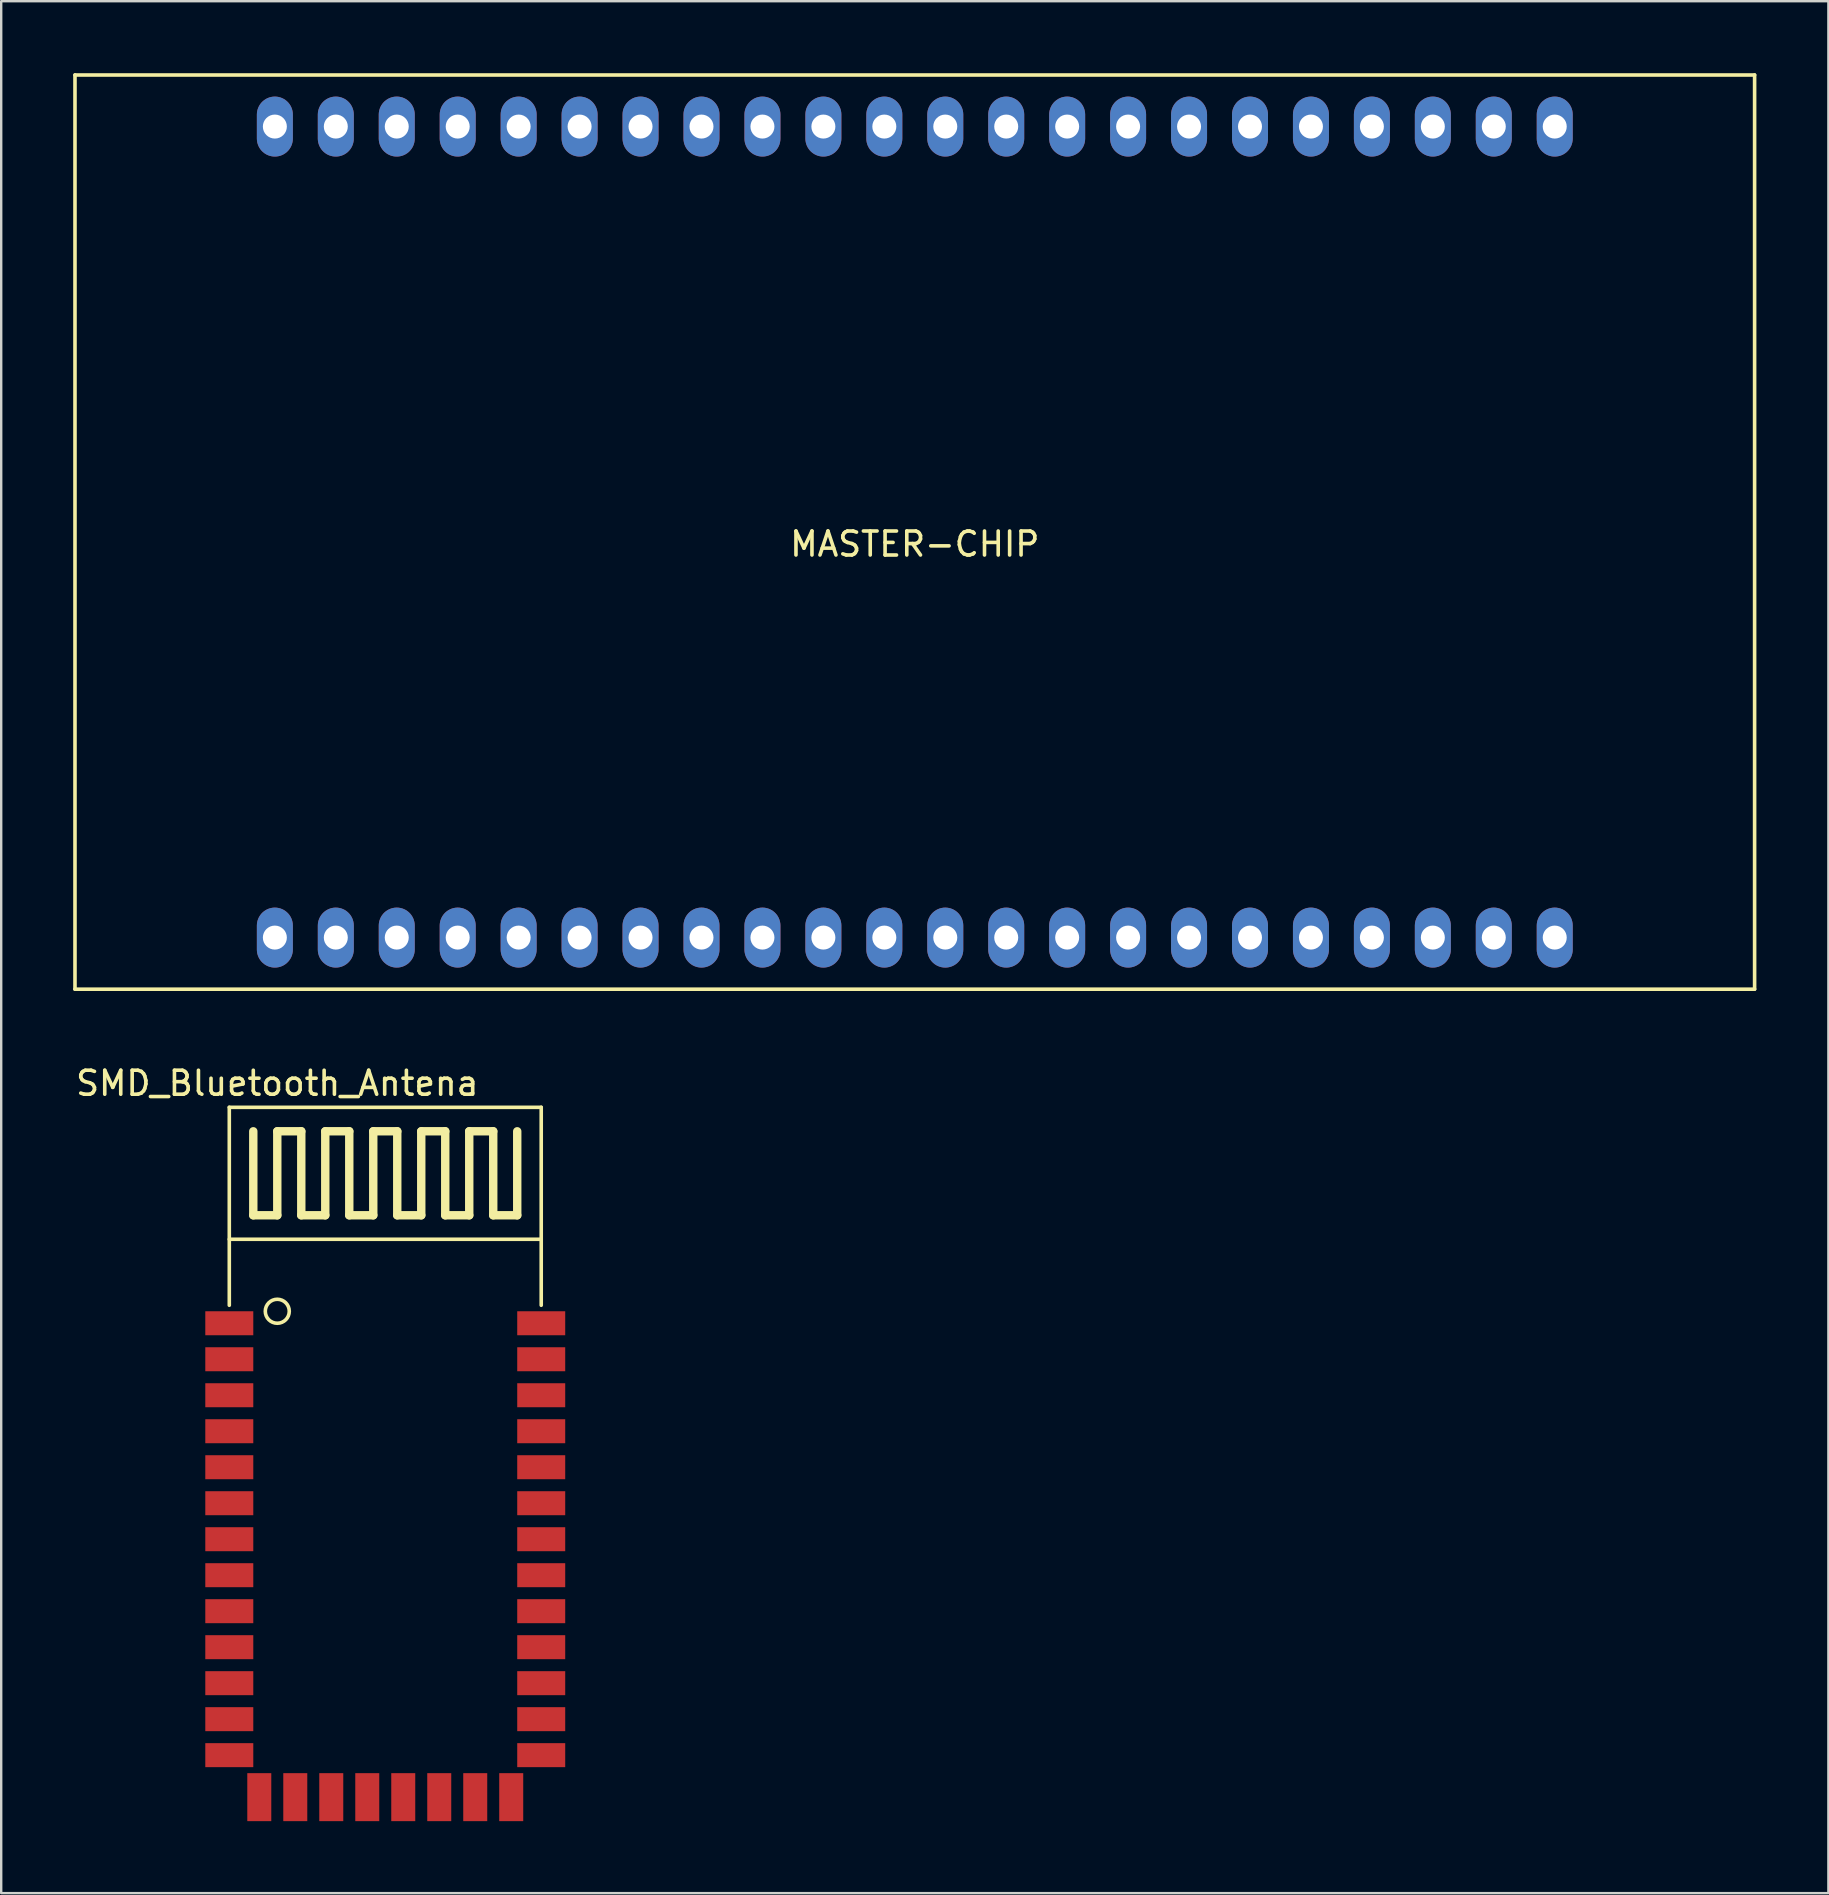
<source format=kicad_pcb>
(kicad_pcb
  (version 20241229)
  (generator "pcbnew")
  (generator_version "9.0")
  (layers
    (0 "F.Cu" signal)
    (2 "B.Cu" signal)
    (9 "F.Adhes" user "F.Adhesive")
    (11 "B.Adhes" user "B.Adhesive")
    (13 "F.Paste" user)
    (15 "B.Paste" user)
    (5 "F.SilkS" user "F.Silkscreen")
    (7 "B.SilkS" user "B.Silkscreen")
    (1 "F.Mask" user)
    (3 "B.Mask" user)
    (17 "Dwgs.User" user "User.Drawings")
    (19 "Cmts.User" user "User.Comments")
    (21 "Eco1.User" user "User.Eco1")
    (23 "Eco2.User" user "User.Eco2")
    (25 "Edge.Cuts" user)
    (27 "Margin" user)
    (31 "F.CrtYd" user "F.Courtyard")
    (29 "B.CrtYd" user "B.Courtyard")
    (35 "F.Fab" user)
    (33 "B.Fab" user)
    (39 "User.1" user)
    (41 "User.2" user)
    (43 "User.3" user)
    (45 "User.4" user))
  (footprint "MASTER-CHIP"
    (layer "F.Cu")
    (at 35.075 19.125)
    (property "Reference" "MASTER-CHIP" (at 0 0.5 0) (layer "F.SilkS") (effects (font (size 1 1) (thickness 0.15))))
    (attr through_hole)
    (fp_line (start -35 -19.05) (end 35 -19.05) (stroke (width 0.15) (type solid)) (layer "F.SilkS"))
    (fp_line (start -35 19.05) (end -35 -19.05) (stroke (width 0.15) (type solid)) (layer "F.SilkS"))
    (fp_line (start 35 -19.05) (end 35 19.05) (stroke (width 0.15) (type solid)) (layer "F.SilkS"))
    (fp_line (start 35 19.05) (end -35 19.05) (stroke (width 0.15) (type solid)) (layer "F.SilkS"))
    (pad "1" thru_hole oval (at -26.67 16.9) (size 1.5 2.5) (drill 1) (layers "*.Cu" "*.Mask"))
    (pad "2" thru_hole oval (at -24.13 16.9) (size 1.5 2.5) (drill 1) (layers "*.Cu" "*.Mask"))
    (pad "3" thru_hole oval (at -21.59 16.9) (size 1.5 2.5) (drill 1) (layers "*.Cu" "*.Mask"))
    (pad "4" thru_hole oval (at -19.05 16.9) (size 1.5 2.5) (drill 1) (layers "*.Cu" "*.Mask"))
    (pad "5" thru_hole oval (at -16.51 16.9) (size 1.5 2.5) (drill 1) (layers "*.Cu" "*.Mask"))
    (pad "6" thru_hole oval (at -13.97 16.9) (size 1.5 2.5) (drill 1) (layers "*.Cu" "*.Mask"))
    (pad "7" thru_hole oval (at -11.43 16.9) (size 1.5 2.5) (drill 1) (layers "*.Cu" "*.Mask"))
    (pad "8" thru_hole oval (at -8.89 16.9) (size 1.5 2.5) (drill 1) (layers "*.Cu" "*.Mask"))
    (pad "9" thru_hole oval (at -6.35 16.9) (size 1.5 2.5) (drill 1) (layers "*.Cu" "*.Mask"))
    (pad "10" thru_hole oval (at -3.81 16.9) (size 1.5 2.5) (drill 1) (layers "*.Cu" "*.Mask"))
    (pad "11" thru_hole oval (at -1.27 16.9) (size 1.5 2.5) (drill 1) (layers "*.Cu" "*.Mask"))
    (pad "12" thru_hole oval (at 1.27 16.9) (size 1.5 2.5) (drill 1) (layers "*.Cu" "*.Mask"))
    (pad "13" thru_hole oval (at 3.81 16.9) (size 1.5 2.5) (drill 1) (layers "*.Cu" "*.Mask"))
    (pad "14" thru_hole oval (at 6.35 16.9) (size 1.5 2.5) (drill 1) (layers "*.Cu" "*.Mask"))
    (pad "15" thru_hole oval (at 8.89 16.9) (size 1.5 2.5) (drill 1) (layers "*.Cu" "*.Mask"))
    (pad "16" thru_hole oval (at 11.43 16.9) (size 1.5 2.5) (drill 1) (layers "*.Cu" "*.Mask"))
    (pad "17" thru_hole oval (at 13.97 16.9) (size 1.5 2.5) (drill 1) (layers "*.Cu" "*.Mask"))
    (pad "18" thru_hole oval (at 16.51 16.9) (size 1.5 2.5) (drill 1) (layers "*.Cu" "*.Mask"))
    (pad "19" thru_hole oval (at 19.05 16.9) (size 1.5 2.5) (drill 1) (layers "*.Cu" "*.Mask"))
    (pad "20" thru_hole oval (at 21.59 16.9) (size 1.5 2.5) (drill 1) (layers "*.Cu" "*.Mask"))
    (pad "21" thru_hole oval (at 24.13 16.9) (size 1.5 2.5) (drill 1) (layers "*.Cu" "*.Mask"))
    (pad "22" thru_hole oval (at 26.67 16.9) (size 1.5 2.5) (drill 1) (layers "*.Cu" "*.Mask"))
    (pad "23" thru_hole oval (at 26.67 -16.9) (size 1.5 2.5) (drill 1) (layers "*.Cu" "*.Mask"))
    (pad "24" thru_hole oval (at 24.13 -16.9) (size 1.5 2.5) (drill 1) (layers "*.Cu" "*.Mask"))
    (pad "25" thru_hole oval (at 21.59 -16.9) (size 1.5 2.5) (drill 1) (layers "*.Cu" "*.Mask"))
    (pad "26" thru_hole oval (at 19.05 -16.9) (size 1.5 2.5) (drill 1) (layers "*.Cu" "*.Mask"))
    (pad "27" thru_hole oval (at 16.51 -16.9) (size 1.5 2.5) (drill 1) (layers "*.Cu" "*.Mask"))
    (pad "28" thru_hole oval (at 13.97 -16.9) (size 1.5 2.5) (drill 1) (layers "*.Cu" "*.Mask"))
    (pad "29" thru_hole oval (at 11.43 -16.9) (size 1.5 2.5) (drill 1) (layers "*.Cu" "*.Mask"))
    (pad "30" thru_hole oval (at 8.89 -16.9) (size 1.5 2.5) (drill 1) (layers "*.Cu" "*.Mask"))
    (pad "31" thru_hole oval (at 6.35 -16.9) (size 1.5 2.5) (drill 1) (layers "*.Cu" "*.Mask"))
    (pad "32" thru_hole oval (at 3.81 -16.9) (size 1.5 2.5) (drill 1) (layers "*.Cu" "*.Mask"))
    (pad "33" thru_hole oval (at 1.27 -16.9) (size 1.5 2.5) (drill 1) (layers "*.Cu" "*.Mask"))
    (pad "34" thru_hole oval (at -1.27 -16.9) (size 1.5 2.5) (drill 1) (layers "*.Cu" "*.Mask"))
    (pad "35" thru_hole oval (at -3.81 -16.9) (size 1.5 2.5) (drill 1) (layers "*.Cu" "*.Mask"))
    (pad "36" thru_hole oval (at -6.35 -16.9) (size 1.5 2.5) (drill 1) (layers "*.Cu" "*.Mask"))
    (pad "37" thru_hole oval (at -8.89 -16.9) (size 1.5 2.5) (drill 1) (layers "*.Cu" "*.Mask"))
    (pad "38" thru_hole oval (at -11.43 -16.9) (size 1.5 2.5) (drill 1) (layers "*.Cu" "*.Mask"))
    (pad "39" thru_hole oval (at -13.97 -16.9) (size 1.5 2.5) (drill 1) (layers "*.Cu" "*.Mask"))
    (pad "40" thru_hole oval (at -16.51 -16.9) (size 1.5 2.5) (drill 1) (layers "*.Cu" "*.Mask"))
    (pad "41" thru_hole oval (at -19.05 -16.9) (size 1.5 2.5) (drill 1) (layers "*.Cu" "*.Mask"))
    (pad "42" thru_hole oval (at -21.59 -16.9) (size 1.5 2.5) (drill 1) (layers "*.Cu" "*.Mask"))
    (pad "43" thru_hole oval (at -24.13 -16.9) (size 1.5 2.5) (drill 1) (layers "*.Cu" "*.Mask"))
    (pad "44" thru_hole oval (at -26.67 -16.9) (size 1.5 2.5) (drill 1) (layers "*.Cu" "*.Mask")))
  (footprint "SMD_Bluetooth_Antena"
    (layer "F.Cu")
    (at 13.006 61.098)
    (property "Reference" "SMD_Bluetooth_Antena" (at -4.5 -19 0) (layer "F.SilkS") (effects (font (size 1 1) (thickness 0.15))))
    (attr through_hole)
    (fp_line (start -6.5 -18) (end -6.5 -9.75) (stroke (width 0.15) (type solid)) (layer "F.SilkS"))
    (fp_line (start -6.5 -18) (end 6.5 -18) (stroke (width 0.15) (type solid)) (layer "F.SilkS"))
    (fp_line (start -6.5 -12.5) (end 6.5 -12.5) (stroke (width 0.15) (type solid)) (layer "F.SilkS"))
    (fp_line (start -5.5 -13.5) (end -5.5 -17) (stroke (width 0.35) (type solid)) (layer "F.SilkS"))
    (fp_line (start -4.5 -17) (end -4.5 -13.5) (stroke (width 0.35) (type solid)) (layer "F.SilkS"))
    (fp_line (start -4.5 -13.5) (end -5.5 -13.5) (stroke (width 0.35) (type solid)) (layer "F.SilkS"))
    (fp_line (start -3.5 -17) (end -4.5 -17) (stroke (width 0.35) (type solid)) (layer "F.SilkS"))
    (fp_line (start -3.5 -13.5) (end -3.5 -17) (stroke (width 0.35) (type solid)) (layer "F.SilkS"))
    (fp_line (start -2.5 -17) (end -2.5 -13.5) (stroke (width 0.35) (type solid)) (layer "F.SilkS"))
    (fp_line (start -2.5 -13.5) (end -3.5 -13.5) (stroke (width 0.35) (type solid)) (layer "F.SilkS"))
    (fp_line (start -1.5 -17) (end -2.5 -17) (stroke (width 0.35) (type solid)) (layer "F.SilkS"))
    (fp_line (start -1.5 -13.5) (end -1.5 -17) (stroke (width 0.35) (type solid)) (layer "F.SilkS"))
    (fp_line (start -0.5 -17) (end -0.5 -13.5) (stroke (width 0.35) (type solid)) (layer "F.SilkS"))
    (fp_line (start -0.5 -13.5) (end -1.5 -13.5) (stroke (width 0.35) (type solid)) (layer "F.SilkS"))
    (fp_line (start 0.5 -17) (end -0.5 -17) (stroke (width 0.35) (type solid)) (layer "F.SilkS"))
    (fp_line (start 0.5 -13.5) (end 0.5 -17) (stroke (width 0.35) (type solid)) (layer "F.SilkS"))
    (fp_line (start 1.5 -17) (end 1.5 -13.5) (stroke (width 0.35) (type solid)) (layer "F.SilkS"))
    (fp_line (start 1.5 -13.5) (end 0.5 -13.5) (stroke (width 0.35) (type solid)) (layer "F.SilkS"))
    (fp_line (start 2.5 -17) (end 1.5 -17) (stroke (width 0.35) (type solid)) (layer "F.SilkS"))
    (fp_line (start 2.5 -13.5) (end 2.5 -17) (stroke (width 0.35) (type solid)) (layer "F.SilkS"))
    (fp_line (start 3.5 -17) (end 3.5 -13.5) (stroke (width 0.35) (type solid)) (layer "F.SilkS"))
    (fp_line (start 3.5 -13.5) (end 2.5 -13.5) (stroke (width 0.35) (type solid)) (layer "F.SilkS"))
    (fp_line (start 4.5 -17) (end 3.5 -17) (stroke (width 0.35) (type solid)) (layer "F.SilkS"))
    (fp_line (start 4.5 -13.5) (end 4.5 -17) (stroke (width 0.35) (type solid)) (layer "F.SilkS"))
    (fp_line (start 5.5 -17) (end 5.5 -13.5) (stroke (width 0.35) (type solid)) (layer "F.SilkS"))
    (fp_line (start 5.5 -13.5) (end 4.5 -13.5) (stroke (width 0.35) (type solid)) (layer "F.SilkS"))
    (fp_line (start 6.5 -18) (end 6.5 -9.75) (stroke (width 0.15) (type solid)) (layer "F.SilkS"))
    (fp_circle (center -4.5 -9.5) (end -4 -9.5) (stroke (width 0.15) (type solid)) (fill no) (layer "F.SilkS"))
    (pad "1" smd rect (at -6.5 -9) (size 2 1) (layers "F.Cu" "F.Mask" "F.Paste"))
    (pad "2" smd rect (at -6.5 -7.5) (size 2 1) (layers "F.Cu" "F.Mask" "F.Paste"))
    (pad "3" smd rect (at -6.5 -6) (size 2 1) (layers "F.Cu" "F.Mask" "F.Paste"))
    (pad "4" smd rect (at -6.5 -4.5) (size 2 1) (layers "F.Cu" "F.Mask" "F.Paste"))
    (pad "5" smd rect (at -6.5 -3) (size 2 1) (layers "F.Cu" "F.Mask" "F.Paste"))
    (pad "6" smd rect (at -6.5 -1.5) (size 2 1) (layers "F.Cu" "F.Mask" "F.Paste"))
    (pad "7" smd rect (at -6.5 0) (size 2 1) (layers "F.Cu" "F.Mask" "F.Paste"))
    (pad "8" smd rect (at -6.5 1.5) (size 2 1) (layers "F.Cu" "F.Mask" "F.Paste"))
    (pad "9" smd rect (at -6.5 3) (size 2 1) (layers "F.Cu" "F.Mask" "F.Paste"))
    (pad "10" smd rect (at -6.5 4.5) (size 2 1) (layers "F.Cu" "F.Mask" "F.Paste"))
    (pad "11" smd rect (at -6.5 6) (size 2 1) (layers "F.Cu" "F.Mask" "F.Paste"))
    (pad "12" smd rect (at -6.5 7.5) (size 2 1) (layers "F.Cu" "F.Mask" "F.Paste"))
    (pad "13" smd rect (at -6.5 9) (size 2 1) (layers "F.Cu" "F.Mask" "F.Paste"))
    (pad "14" smd rect (at -5.25 10.75) (size 1 2) (layers "F.Cu" "F.Mask" "F.Paste"))
    (pad "15" smd rect (at -3.75 10.75) (size 1 2) (layers "F.Cu" "F.Mask" "F.Paste"))
    (pad "16" smd rect (at -2.25 10.75) (size 1 2) (layers "F.Cu" "F.Mask" "F.Paste"))
    (pad "17" smd rect (at -0.75 10.75) (size 1 2) (layers "F.Cu" "F.Mask" "F.Paste"))
    (pad "18" smd rect (at 0.75 10.75) (size 1 2) (layers "F.Cu" "F.Mask" "F.Paste"))
    (pad "19" smd rect (at 2.25 10.75) (size 1 2) (layers "F.Cu" "F.Mask" "F.Paste"))
    (pad "20" smd rect (at 3.75 10.75) (size 1 2) (layers "F.Cu" "F.Mask" "F.Paste"))
    (pad "21" smd rect (at 5.25 10.75) (size 1 2) (layers "F.Cu" "F.Mask" "F.Paste"))
    (pad "22" smd rect (at 6.5 9) (size 2 1) (layers "F.Cu" "F.Mask" "F.Paste"))
    (pad "23" smd rect (at 6.5 7.5) (size 2 1) (layers "F.Cu" "F.Mask" "F.Paste"))
    (pad "24" smd rect (at 6.5 6) (size 2 1) (layers "F.Cu" "F.Mask" "F.Paste"))
    (pad "25" smd rect (at 6.5 4.5) (size 2 1) (layers "F.Cu" "F.Mask" "F.Paste"))
    (pad "26" smd rect (at 6.5 3) (size 2 1) (layers "F.Cu" "F.Mask" "F.Paste"))
    (pad "27" smd rect (at 6.5 1.5) (size 2 1) (layers "F.Cu" "F.Mask" "F.Paste"))
    (pad "28" smd rect (at 6.5 0) (size 2 1) (layers "F.Cu" "F.Mask" "F.Paste"))
    (pad "29" smd rect (at 6.5 -1.5) (size 2 1) (layers "F.Cu" "F.Mask" "F.Paste"))
    (pad "30" smd rect (at 6.5 -3) (size 2 1) (layers "F.Cu" "F.Mask" "F.Paste"))
    (pad "31" smd rect (at 6.5 -4.5) (size 2 1) (layers "F.Cu" "F.Mask" "F.Paste"))
    (pad "32" smd rect (at 6.5 -6) (size 2 1) (layers "F.Cu" "F.Mask" "F.Paste"))
    (pad "33" smd rect (at 6.5 -7.5) (size 2 1) (layers "F.Cu" "F.Mask" "F.Paste"))
    (pad "34" smd rect (at 6.5 -9) (size 2 1) (layers "F.Cu" "F.Mask" "F.Paste")))
  (gr_rect
    (start -3 -3)
    (end 73.15 75.848)
    (stroke (width 0.1) (type default))
    (fill no)
    (layer "Edge.Cuts")))
</source>
